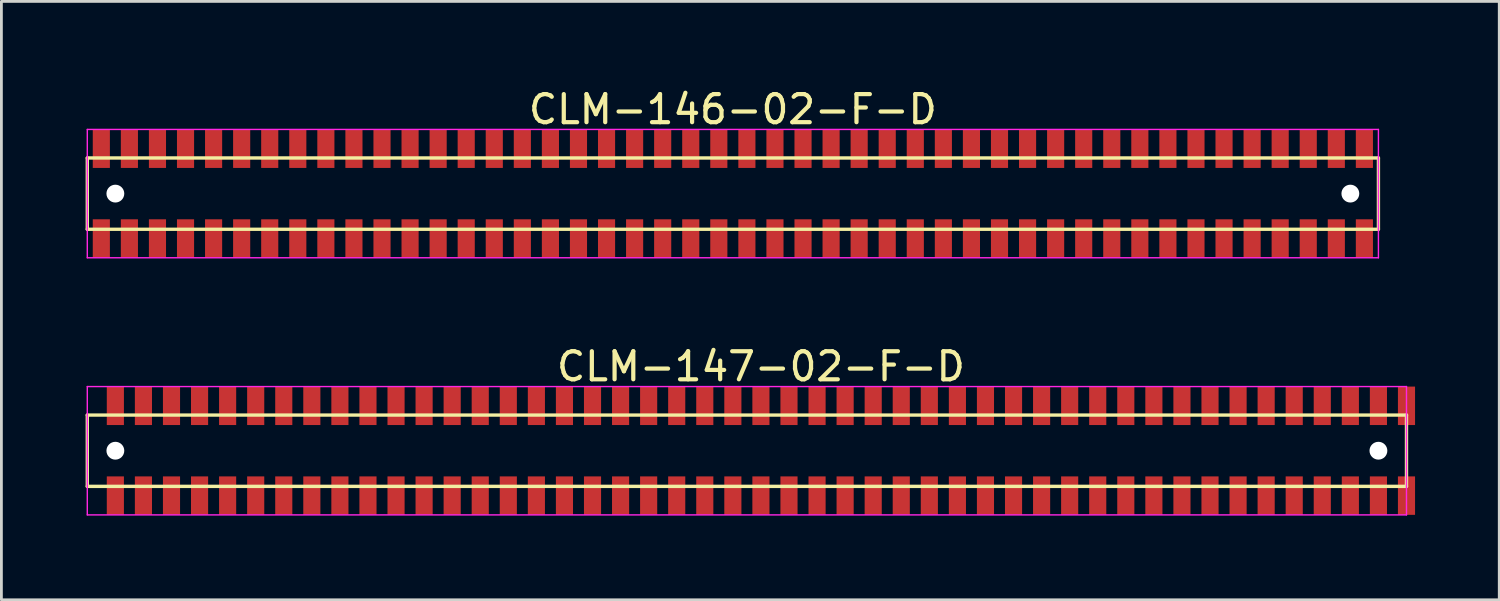
<source format=kicad_pcb>
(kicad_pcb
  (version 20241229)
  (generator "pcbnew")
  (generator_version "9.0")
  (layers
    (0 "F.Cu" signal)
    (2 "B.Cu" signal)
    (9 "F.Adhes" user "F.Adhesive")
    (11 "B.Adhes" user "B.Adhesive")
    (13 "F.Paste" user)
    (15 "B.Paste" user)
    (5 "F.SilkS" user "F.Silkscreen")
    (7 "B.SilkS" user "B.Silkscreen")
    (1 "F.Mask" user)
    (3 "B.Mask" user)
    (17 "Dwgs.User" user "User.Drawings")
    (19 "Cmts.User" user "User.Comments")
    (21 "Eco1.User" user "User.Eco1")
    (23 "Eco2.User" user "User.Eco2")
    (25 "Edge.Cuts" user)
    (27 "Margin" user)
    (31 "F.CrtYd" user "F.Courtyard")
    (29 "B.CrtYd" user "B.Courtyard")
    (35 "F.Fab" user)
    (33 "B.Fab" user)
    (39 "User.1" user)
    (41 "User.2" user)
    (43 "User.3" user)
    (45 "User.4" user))
  (footprint "CLM-147-02-F-D"
    (layer "F.Cu")
    (at 24.06 13.008)
    (property "Reference" "CLM-147-02-F-D" (at 0 -3 0) (layer "F.SilkS") (effects (font (size 1 1) (thickness 0.15))))
    (attr through_hole)
    (fp_line (start -24 -1.27) (end -24 1.27) (stroke (width 0.12) (type solid)) (layer "F.SilkS"))
    (fp_line (start -24 1.27) (end 23 1.27) (stroke (width 0.12) (type solid)) (layer "F.SilkS"))
    (fp_line (start 23 -1.27) (end -24 -1.27) (stroke (width 0.12) (type solid)) (layer "F.SilkS"))
    (fp_line (start 23 1.27) (end 23 -1.27) (stroke (width 0.12) (type solid)) (layer "F.SilkS"))
    (fp_line (start -24 -2.286) (end -24 2.286) (stroke (width 0.05) (type solid)) (layer "F.CrtYd"))
    (fp_line (start -24 2.286) (end 23 2.286) (stroke (width 0.05) (type solid)) (layer "F.CrtYd"))
    (fp_line (start 23 -2.286) (end -24 -2.286) (stroke (width 0.05) (type solid)) (layer "F.CrtYd"))
    (fp_line (start 23 2.286) (end 23 -2.286) (stroke (width 0.05) (type solid)) (layer "F.CrtYd"))
    (pad "" np_thru_hole circle (at -23 0) (size 0.635 0.635) (drill 0.635) (layers "*.Cu" "*.Mask"))
    (pad "" np_thru_hole circle (at 22 0) (size 0.635 0.635) (drill 0.635) (layers "*.Cu" "*.Mask"))
    (pad "1" smd rect (at -23 -1.6) (size 0.61 1.37) (layers "F.Cu" "F.Mask" "F.Paste"))
    (pad "2" smd rect (at -23 1.6) (size 0.61 1.37) (layers "F.Cu" "F.Mask" "F.Paste"))
    (pad "3" smd rect (at -22 -1.6) (size 0.61 1.37) (layers "F.Cu" "F.Mask" "F.Paste"))
    (pad "4" smd rect (at -22 1.6) (size 0.61 1.37) (layers "F.Cu" "F.Mask" "F.Paste"))
    (pad "5" smd rect (at -21 -1.6) (size 0.61 1.37) (layers "F.Cu" "F.Mask" "F.Paste"))
    (pad "6" smd rect (at -21 1.6) (size 0.61 1.37) (layers "F.Cu" "F.Mask" "F.Paste"))
    (pad "7" smd rect (at -20 -1.6) (size 0.61 1.37) (layers "F.Cu" "F.Mask" "F.Paste"))
    (pad "8" smd rect (at -20 1.6) (size 0.61 1.37) (layers "F.Cu" "F.Mask" "F.Paste"))
    (pad "9" smd rect (at -19 -1.6) (size 0.61 1.37) (layers "F.Cu" "F.Mask" "F.Paste"))
    (pad "10" smd rect (at -19 1.6) (size 0.61 1.37) (layers "F.Cu" "F.Mask" "F.Paste"))
    (pad "11" smd rect (at -18 -1.6) (size 0.61 1.37) (layers "F.Cu" "F.Mask" "F.Paste"))
    (pad "12" smd rect (at -18 1.6) (size 0.61 1.37) (layers "F.Cu" "F.Mask" "F.Paste"))
    (pad "13" smd rect (at -17 -1.6) (size 0.61 1.37) (layers "F.Cu" "F.Mask" "F.Paste"))
    (pad "14" smd rect (at -17 1.6) (size 0.61 1.37) (layers "F.Cu" "F.Mask" "F.Paste"))
    (pad "15" smd rect (at -16 -1.6) (size 0.61 1.37) (layers "F.Cu" "F.Mask" "F.Paste"))
    (pad "16" smd rect (at -16 1.6) (size 0.61 1.37) (layers "F.Cu" "F.Mask" "F.Paste"))
    (pad "17" smd rect (at -15 -1.6) (size 0.61 1.37) (layers "F.Cu" "F.Mask" "F.Paste"))
    (pad "18" smd rect (at -15 1.6) (size 0.61 1.37) (layers "F.Cu" "F.Mask" "F.Paste"))
    (pad "19" smd rect (at -14 -1.6) (size 0.61 1.37) (layers "F.Cu" "F.Mask" "F.Paste"))
    (pad "20" smd rect (at -14 1.6) (size 0.61 1.37) (layers "F.Cu" "F.Mask" "F.Paste"))
    (pad "21" smd rect (at -13 -1.6) (size 0.61 1.37) (layers "F.Cu" "F.Mask" "F.Paste"))
    (pad "22" smd rect (at -13 1.6) (size 0.61 1.37) (layers "F.Cu" "F.Mask" "F.Paste"))
    (pad "23" smd rect (at -12 -1.6) (size 0.61 1.37) (layers "F.Cu" "F.Mask" "F.Paste"))
    (pad "24" smd rect (at -12 1.6) (size 0.61 1.37) (layers "F.Cu" "F.Mask" "F.Paste"))
    (pad "25" smd rect (at -11 -1.6) (size 0.61 1.37) (layers "F.Cu" "F.Mask" "F.Paste"))
    (pad "26" smd rect (at -11 1.6) (size 0.61 1.37) (layers "F.Cu" "F.Mask" "F.Paste"))
    (pad "27" smd rect (at -10 -1.6) (size 0.61 1.37) (layers "F.Cu" "F.Mask" "F.Paste"))
    (pad "28" smd rect (at -10 1.6) (size 0.61 1.37) (layers "F.Cu" "F.Mask" "F.Paste"))
    (pad "29" smd rect (at -9 -1.6) (size 0.61 1.37) (layers "F.Cu" "F.Mask" "F.Paste"))
    (pad "30" smd rect (at -9 1.6) (size 0.61 1.37) (layers "F.Cu" "F.Mask" "F.Paste"))
    (pad "31" smd rect (at -8 -1.6) (size 0.61 1.37) (layers "F.Cu" "F.Mask" "F.Paste"))
    (pad "32" smd rect (at -8 1.6) (size 0.61 1.37) (layers "F.Cu" "F.Mask" "F.Paste"))
    (pad "33" smd rect (at -7 -1.6) (size 0.61 1.37) (layers "F.Cu" "F.Mask" "F.Paste"))
    (pad "34" smd rect (at -7 1.6) (size 0.61 1.37) (layers "F.Cu" "F.Mask" "F.Paste"))
    (pad "35" smd rect (at -6 -1.6) (size 0.61 1.37) (layers "F.Cu" "F.Mask" "F.Paste"))
    (pad "36" smd rect (at -6 1.6) (size 0.61 1.37) (layers "F.Cu" "F.Mask" "F.Paste"))
    (pad "37" smd rect (at -5 -1.6) (size 0.61 1.37) (layers "F.Cu" "F.Mask" "F.Paste"))
    (pad "38" smd rect (at -5 1.6) (size 0.61 1.37) (layers "F.Cu" "F.Mask" "F.Paste"))
    (pad "39" smd rect (at -4 -1.6) (size 0.61 1.37) (layers "F.Cu" "F.Mask" "F.Paste"))
    (pad "40" smd rect (at -4 1.6) (size 0.61 1.37) (layers "F.Cu" "F.Mask" "F.Paste"))
    (pad "41" smd rect (at -3 -1.6) (size 0.61 1.37) (layers "F.Cu" "F.Mask" "F.Paste"))
    (pad "42" smd rect (at -3 1.6) (size 0.61 1.37) (layers "F.Cu" "F.Mask" "F.Paste"))
    (pad "43" smd rect (at -2 -1.6) (size 0.61 1.37) (layers "F.Cu" "F.Mask" "F.Paste"))
    (pad "44" smd rect (at -2 1.6) (size 0.61 1.37) (layers "F.Cu" "F.Mask" "F.Paste"))
    (pad "45" smd rect (at -1 -1.6) (size 0.61 1.37) (layers "F.Cu" "F.Mask" "F.Paste"))
    (pad "46" smd rect (at -1 1.6) (size 0.61 1.37) (layers "F.Cu" "F.Mask" "F.Paste"))
    (pad "47" smd rect (at 0 -1.6) (size 0.61 1.37) (layers "F.Cu" "F.Mask" "F.Paste"))
    (pad "48" smd rect (at 0 1.6) (size 0.61 1.37) (layers "F.Cu" "F.Mask" "F.Paste"))
    (pad "49" smd rect (at 1 -1.6) (size 0.61 1.37) (layers "F.Cu" "F.Mask" "F.Paste"))
    (pad "50" smd rect (at 1 1.6) (size 0.61 1.37) (layers "F.Cu" "F.Mask" "F.Paste"))
    (pad "51" smd rect (at 2 -1.6) (size 0.61 1.37) (layers "F.Cu" "F.Mask" "F.Paste"))
    (pad "52" smd rect (at 2 1.6) (size 0.61 1.37) (layers "F.Cu" "F.Mask" "F.Paste"))
    (pad "53" smd rect (at 3 -1.6) (size 0.61 1.37) (layers "F.Cu" "F.Mask" "F.Paste"))
    (pad "54" smd rect (at 3 1.6) (size 0.61 1.37) (layers "F.Cu" "F.Mask" "F.Paste"))
    (pad "55" smd rect (at 4 -1.6) (size 0.61 1.37) (layers "F.Cu" "F.Mask" "F.Paste"))
    (pad "56" smd rect (at 4 1.6) (size 0.61 1.37) (layers "F.Cu" "F.Mask" "F.Paste"))
    (pad "57" smd rect (at 5 -1.6) (size 0.61 1.37) (layers "F.Cu" "F.Mask" "F.Paste"))
    (pad "58" smd rect (at 5 1.6) (size 0.61 1.37) (layers "F.Cu" "F.Mask" "F.Paste"))
    (pad "59" smd rect (at 6 -1.6) (size 0.61 1.37) (layers "F.Cu" "F.Mask" "F.Paste"))
    (pad "60" smd rect (at 6 1.6) (size 0.61 1.37) (layers "F.Cu" "F.Mask" "F.Paste"))
    (pad "61" smd rect (at 7 -1.6) (size 0.61 1.37) (layers "F.Cu" "F.Mask" "F.Paste"))
    (pad "62" smd rect (at 7 1.6) (size 0.61 1.37) (layers "F.Cu" "F.Mask" "F.Paste"))
    (pad "63" smd rect (at 8 -1.6) (size 0.61 1.37) (layers "F.Cu" "F.Mask" "F.Paste"))
    (pad "64" smd rect (at 8 1.6) (size 0.61 1.37) (layers "F.Cu" "F.Mask" "F.Paste"))
    (pad "65" smd rect (at 9 -1.6) (size 0.61 1.37) (layers "F.Cu" "F.Mask" "F.Paste"))
    (pad "66" smd rect (at 9 1.6) (size 0.61 1.37) (layers "F.Cu" "F.Mask" "F.Paste"))
    (pad "67" smd rect (at 10 -1.6) (size 0.61 1.37) (layers "F.Cu" "F.Mask" "F.Paste"))
    (pad "68" smd rect (at 10 1.6) (size 0.61 1.37) (layers "F.Cu" "F.Mask" "F.Paste"))
    (pad "69" smd rect (at 11 -1.6) (size 0.61 1.37) (layers "F.Cu" "F.Mask" "F.Paste"))
    (pad "70" smd rect (at 11 1.6) (size 0.61 1.37) (layers "F.Cu" "F.Mask" "F.Paste"))
    (pad "71" smd rect (at 12 -1.6) (size 0.61 1.37) (layers "F.Cu" "F.Mask" "F.Paste"))
    (pad "72" smd rect (at 12 1.6) (size 0.61 1.37) (layers "F.Cu" "F.Mask" "F.Paste"))
    (pad "73" smd rect (at 13 -1.6) (size 0.61 1.37) (layers "F.Cu" "F.Mask" "F.Paste"))
    (pad "74" smd rect (at 13 1.6) (size 0.61 1.37) (layers "F.Cu" "F.Mask" "F.Paste"))
    (pad "75" smd rect (at 14 -1.6) (size 0.61 1.37) (layers "F.Cu" "F.Mask" "F.Paste"))
    (pad "76" smd rect (at 14 1.6) (size 0.61 1.37) (layers "F.Cu" "F.Mask" "F.Paste"))
    (pad "77" smd rect (at 15 -1.6) (size 0.61 1.37) (layers "F.Cu" "F.Mask" "F.Paste"))
    (pad "78" smd rect (at 15 1.6) (size 0.61 1.37) (layers "F.Cu" "F.Mask" "F.Paste"))
    (pad "79" smd rect (at 16 -1.6) (size 0.61 1.37) (layers "F.Cu" "F.Mask" "F.Paste"))
    (pad "80" smd rect (at 16 1.6) (size 0.61 1.37) (layers "F.Cu" "F.Mask" "F.Paste"))
    (pad "81" smd rect (at 17 -1.6) (size 0.61 1.37) (layers "F.Cu" "F.Mask" "F.Paste"))
    (pad "82" smd rect (at 17 1.6) (size 0.61 1.37) (layers "F.Cu" "F.Mask" "F.Paste"))
    (pad "83" smd rect (at 18 -1.6) (size 0.61 1.37) (layers "F.Cu" "F.Mask" "F.Paste"))
    (pad "84" smd rect (at 18 1.6) (size 0.61 1.37) (layers "F.Cu" "F.Mask" "F.Paste"))
    (pad "85" smd rect (at 19 -1.6) (size 0.61 1.37) (layers "F.Cu" "F.Mask" "F.Paste"))
    (pad "86" smd rect (at 19 1.6) (size 0.61 1.37) (layers "F.Cu" "F.Mask" "F.Paste"))
    (pad "87" smd rect (at 20 -1.6) (size 0.61 1.37) (layers "F.Cu" "F.Mask" "F.Paste"))
    (pad "88" smd rect (at 20 1.6) (size 0.61 1.37) (layers "F.Cu" "F.Mask" "F.Paste"))
    (pad "89" smd rect (at 21 -1.6) (size 0.61 1.37) (layers "F.Cu" "F.Mask" "F.Paste"))
    (pad "90" smd rect (at 21 1.6) (size 0.61 1.37) (layers "F.Cu" "F.Mask" "F.Paste"))
    (pad "91" smd rect (at 22 -1.6) (size 0.61 1.37) (layers "F.Cu" "F.Mask" "F.Paste"))
    (pad "92" smd rect (at 22 1.6) (size 0.61 1.37) (layers "F.Cu" "F.Mask" "F.Paste"))
    (pad "93" smd rect (at 23 -1.6) (size 0.61 1.37) (layers "F.Cu" "F.Mask" "F.Paste"))
    (pad "94" smd rect (at 23 1.6) (size 0.61 1.37) (layers "F.Cu" "F.Mask" "F.Paste")))
  (footprint "CLM-146-02-F-D"
    (layer "F.Cu")
    (at 23.06 3.848)
    (property "Reference" "CLM-146-02-F-D" (at 0 -3 0) (layer "F.SilkS") (effects (font (size 1 1) (thickness 0.15))))
    (attr through_hole)
    (fp_line (start -23 -1.27) (end -23 1.27) (stroke (width 0.12) (type solid)) (layer "F.SilkS"))
    (fp_line (start -23 1.27) (end 23 1.27) (stroke (width 0.12) (type solid)) (layer "F.SilkS"))
    (fp_line (start 23 -1.27) (end -23 -1.27) (stroke (width 0.12) (type solid)) (layer "F.SilkS"))
    (fp_line (start 23 1.27) (end 23 -1.27) (stroke (width 0.12) (type solid)) (layer "F.SilkS"))
    (fp_line (start -23 -2.286) (end -23 2.286) (stroke (width 0.05) (type solid)) (layer "F.CrtYd"))
    (fp_line (start -23 2.286) (end 23 2.286) (stroke (width 0.05) (type solid)) (layer "F.CrtYd"))
    (fp_line (start 23 -2.286) (end -23 -2.286) (stroke (width 0.05) (type solid)) (layer "F.CrtYd"))
    (fp_line (start 23 2.286) (end 23 -2.286) (stroke (width 0.05) (type solid)) (layer "F.CrtYd"))
    (pad "" np_thru_hole circle (at -22 0) (size 0.635 0.635) (drill 0.635) (layers "*.Cu" "*.Mask"))
    (pad "" np_thru_hole circle (at 22 0) (size 0.635 0.635) (drill 0.635) (layers "*.Cu" "*.Mask"))
    (pad "1" smd rect (at -22.5 -1.6) (size 0.61 1.37) (layers "F.Cu" "F.Mask" "F.Paste"))
    (pad "2" smd rect (at -22.5 1.6) (size 0.61 1.37) (layers "F.Cu" "F.Mask" "F.Paste"))
    (pad "3" smd rect (at -21.5 -1.6) (size 0.61 1.37) (layers "F.Cu" "F.Mask" "F.Paste"))
    (pad "4" smd rect (at -21.5 1.6) (size 0.61 1.37) (layers "F.Cu" "F.Mask" "F.Paste"))
    (pad "5" smd rect (at -20.5 -1.6) (size 0.61 1.37) (layers "F.Cu" "F.Mask" "F.Paste"))
    (pad "6" smd rect (at -20.5 1.6) (size 0.61 1.37) (layers "F.Cu" "F.Mask" "F.Paste"))
    (pad "7" smd rect (at -19.5 -1.6) (size 0.61 1.37) (layers "F.Cu" "F.Mask" "F.Paste"))
    (pad "8" smd rect (at -19.5 1.6) (size 0.61 1.37) (layers "F.Cu" "F.Mask" "F.Paste"))
    (pad "9" smd rect (at -18.5 -1.6) (size 0.61 1.37) (layers "F.Cu" "F.Mask" "F.Paste"))
    (pad "10" smd rect (at -18.5 1.6) (size 0.61 1.37) (layers "F.Cu" "F.Mask" "F.Paste"))
    (pad "11" smd rect (at -17.5 -1.6) (size 0.61 1.37) (layers "F.Cu" "F.Mask" "F.Paste"))
    (pad "12" smd rect (at -17.5 1.6) (size 0.61 1.37) (layers "F.Cu" "F.Mask" "F.Paste"))
    (pad "13" smd rect (at -16.5 -1.6) (size 0.61 1.37) (layers "F.Cu" "F.Mask" "F.Paste"))
    (pad "14" smd rect (at -16.5 1.6) (size 0.61 1.37) (layers "F.Cu" "F.Mask" "F.Paste"))
    (pad "15" smd rect (at -15.5 -1.6) (size 0.61 1.37) (layers "F.Cu" "F.Mask" "F.Paste"))
    (pad "16" smd rect (at -15.5 1.6) (size 0.61 1.37) (layers "F.Cu" "F.Mask" "F.Paste"))
    (pad "17" smd rect (at -14.5 -1.6) (size 0.61 1.37) (layers "F.Cu" "F.Mask" "F.Paste"))
    (pad "18" smd rect (at -14.5 1.6) (size 0.61 1.37) (layers "F.Cu" "F.Mask" "F.Paste"))
    (pad "19" smd rect (at -13.5 -1.6) (size 0.61 1.37) (layers "F.Cu" "F.Mask" "F.Paste"))
    (pad "20" smd rect (at -13.5 1.6) (size 0.61 1.37) (layers "F.Cu" "F.Mask" "F.Paste"))
    (pad "21" smd rect (at -12.5 -1.6) (size 0.61 1.37) (layers "F.Cu" "F.Mask" "F.Paste"))
    (pad "22" smd rect (at -12.5 1.6) (size 0.61 1.37) (layers "F.Cu" "F.Mask" "F.Paste"))
    (pad "23" smd rect (at -11.5 -1.6) (size 0.61 1.37) (layers "F.Cu" "F.Mask" "F.Paste"))
    (pad "24" smd rect (at -11.5 1.6) (size 0.61 1.37) (layers "F.Cu" "F.Mask" "F.Paste"))
    (pad "25" smd rect (at -10.5 -1.6) (size 0.61 1.37) (layers "F.Cu" "F.Mask" "F.Paste"))
    (pad "26" smd rect (at -10.5 1.6) (size 0.61 1.37) (layers "F.Cu" "F.Mask" "F.Paste"))
    (pad "27" smd rect (at -9.5 -1.6) (size 0.61 1.37) (layers "F.Cu" "F.Mask" "F.Paste"))
    (pad "28" smd rect (at -9.5 1.6) (size 0.61 1.37) (layers "F.Cu" "F.Mask" "F.Paste"))
    (pad "29" smd rect (at -8.5 -1.6) (size 0.61 1.37) (layers "F.Cu" "F.Mask" "F.Paste"))
    (pad "30" smd rect (at -8.5 1.6) (size 0.61 1.37) (layers "F.Cu" "F.Mask" "F.Paste"))
    (pad "31" smd rect (at -7.5 -1.6) (size 0.61 1.37) (layers "F.Cu" "F.Mask" "F.Paste"))
    (pad "32" smd rect (at -7.5 1.6) (size 0.61 1.37) (layers "F.Cu" "F.Mask" "F.Paste"))
    (pad "33" smd rect (at -6.5 -1.6) (size 0.61 1.37) (layers "F.Cu" "F.Mask" "F.Paste"))
    (pad "34" smd rect (at -6.5 1.6) (size 0.61 1.37) (layers "F.Cu" "F.Mask" "F.Paste"))
    (pad "35" smd rect (at -5.5 -1.6) (size 0.61 1.37) (layers "F.Cu" "F.Mask" "F.Paste"))
    (pad "36" smd rect (at -5.5 1.6) (size 0.61 1.37) (layers "F.Cu" "F.Mask" "F.Paste"))
    (pad "37" smd rect (at -4.5 -1.6) (size 0.61 1.37) (layers "F.Cu" "F.Mask" "F.Paste"))
    (pad "38" smd rect (at -4.5 1.6) (size 0.61 1.37) (layers "F.Cu" "F.Mask" "F.Paste"))
    (pad "39" smd rect (at -3.5 -1.6) (size 0.61 1.37) (layers "F.Cu" "F.Mask" "F.Paste"))
    (pad "40" smd rect (at -3.5 1.6) (size 0.61 1.37) (layers "F.Cu" "F.Mask" "F.Paste"))
    (pad "41" smd rect (at -2.5 -1.6) (size 0.61 1.37) (layers "F.Cu" "F.Mask" "F.Paste"))
    (pad "42" smd rect (at -2.5 1.6) (size 0.61 1.37) (layers "F.Cu" "F.Mask" "F.Paste"))
    (pad "43" smd rect (at -1.5 -1.6) (size 0.61 1.37) (layers "F.Cu" "F.Mask" "F.Paste"))
    (pad "44" smd rect (at -1.5 1.6) (size 0.61 1.37) (layers "F.Cu" "F.Mask" "F.Paste"))
    (pad "45" smd rect (at -0.5 -1.6) (size 0.61 1.37) (layers "F.Cu" "F.Mask" "F.Paste"))
    (pad "46" smd rect (at -0.5 1.6) (size 0.61 1.37) (layers "F.Cu" "F.Mask" "F.Paste"))
    (pad "47" smd rect (at 0.5 -1.6) (size 0.61 1.37) (layers "F.Cu" "F.Mask" "F.Paste"))
    (pad "48" smd rect (at 0.5 1.6) (size 0.61 1.37) (layers "F.Cu" "F.Mask" "F.Paste"))
    (pad "49" smd rect (at 1.5 -1.6) (size 0.61 1.37) (layers "F.Cu" "F.Mask" "F.Paste"))
    (pad "50" smd rect (at 1.5 1.6) (size 0.61 1.37) (layers "F.Cu" "F.Mask" "F.Paste"))
    (pad "51" smd rect (at 2.5 -1.6) (size 0.61 1.37) (layers "F.Cu" "F.Mask" "F.Paste"))
    (pad "52" smd rect (at 2.5 1.6) (size 0.61 1.37) (layers "F.Cu" "F.Mask" "F.Paste"))
    (pad "53" smd rect (at 3.5 -1.6) (size 0.61 1.37) (layers "F.Cu" "F.Mask" "F.Paste"))
    (pad "54" smd rect (at 3.5 1.6) (size 0.61 1.37) (layers "F.Cu" "F.Mask" "F.Paste"))
    (pad "55" smd rect (at 4.5 -1.6) (size 0.61 1.37) (layers "F.Cu" "F.Mask" "F.Paste"))
    (pad "56" smd rect (at 4.5 1.6) (size 0.61 1.37) (layers "F.Cu" "F.Mask" "F.Paste"))
    (pad "57" smd rect (at 5.5 -1.6) (size 0.61 1.37) (layers "F.Cu" "F.Mask" "F.Paste"))
    (pad "58" smd rect (at 5.5 1.6) (size 0.61 1.37) (layers "F.Cu" "F.Mask" "F.Paste"))
    (pad "59" smd rect (at 6.5 -1.6) (size 0.61 1.37) (layers "F.Cu" "F.Mask" "F.Paste"))
    (pad "60" smd rect (at 6.5 1.6) (size 0.61 1.37) (layers "F.Cu" "F.Mask" "F.Paste"))
    (pad "61" smd rect (at 7.5 -1.6) (size 0.61 1.37) (layers "F.Cu" "F.Mask" "F.Paste"))
    (pad "62" smd rect (at 7.5 1.6) (size 0.61 1.37) (layers "F.Cu" "F.Mask" "F.Paste"))
    (pad "63" smd rect (at 8.5 -1.6) (size 0.61 1.37) (layers "F.Cu" "F.Mask" "F.Paste"))
    (pad "64" smd rect (at 8.5 1.6) (size 0.61 1.37) (layers "F.Cu" "F.Mask" "F.Paste"))
    (pad "65" smd rect (at 9.5 -1.6) (size 0.61 1.37) (layers "F.Cu" "F.Mask" "F.Paste"))
    (pad "66" smd rect (at 9.5 1.6) (size 0.61 1.37) (layers "F.Cu" "F.Mask" "F.Paste"))
    (pad "67" smd rect (at 10.5 -1.6) (size 0.61 1.37) (layers "F.Cu" "F.Mask" "F.Paste"))
    (pad "68" smd rect (at 10.5 1.6) (size 0.61 1.37) (layers "F.Cu" "F.Mask" "F.Paste"))
    (pad "69" smd rect (at 11.5 -1.6) (size 0.61 1.37) (layers "F.Cu" "F.Mask" "F.Paste"))
    (pad "70" smd rect (at 11.5 1.6) (size 0.61 1.37) (layers "F.Cu" "F.Mask" "F.Paste"))
    (pad "71" smd rect (at 12.5 -1.6) (size 0.61 1.37) (layers "F.Cu" "F.Mask" "F.Paste"))
    (pad "72" smd rect (at 12.5 1.6) (size 0.61 1.37) (layers "F.Cu" "F.Mask" "F.Paste"))
    (pad "73" smd rect (at 13.5 -1.6) (size 0.61 1.37) (layers "F.Cu" "F.Mask" "F.Paste"))
    (pad "74" smd rect (at 13.5 1.6) (size 0.61 1.37) (layers "F.Cu" "F.Mask" "F.Paste"))
    (pad "75" smd rect (at 14.5 -1.6) (size 0.61 1.37) (layers "F.Cu" "F.Mask" "F.Paste"))
    (pad "76" smd rect (at 14.5 1.6) (size 0.61 1.37) (layers "F.Cu" "F.Mask" "F.Paste"))
    (pad "77" smd rect (at 15.5 -1.6) (size 0.61 1.37) (layers "F.Cu" "F.Mask" "F.Paste"))
    (pad "78" smd rect (at 15.5 1.6) (size 0.61 1.37) (layers "F.Cu" "F.Mask" "F.Paste"))
    (pad "79" smd rect (at 16.5 -1.6) (size 0.61 1.37) (layers "F.Cu" "F.Mask" "F.Paste"))
    (pad "80" smd rect (at 16.5 1.6) (size 0.61 1.37) (layers "F.Cu" "F.Mask" "F.Paste"))
    (pad "81" smd rect (at 17.5 -1.6) (size 0.61 1.37) (layers "F.Cu" "F.Mask" "F.Paste"))
    (pad "82" smd rect (at 17.5 1.6) (size 0.61 1.37) (layers "F.Cu" "F.Mask" "F.Paste"))
    (pad "83" smd rect (at 18.5 -1.6) (size 0.61 1.37) (layers "F.Cu" "F.Mask" "F.Paste"))
    (pad "84" smd rect (at 18.5 1.6) (size 0.61 1.37) (layers "F.Cu" "F.Mask" "F.Paste"))
    (pad "85" smd rect (at 19.5 -1.6) (size 0.61 1.37) (layers "F.Cu" "F.Mask" "F.Paste"))
    (pad "86" smd rect (at 19.5 1.6) (size 0.61 1.37) (layers "F.Cu" "F.Mask" "F.Paste"))
    (pad "87" smd rect (at 20.5 -1.6) (size 0.61 1.37) (layers "F.Cu" "F.Mask" "F.Paste"))
    (pad "88" smd rect (at 20.5 1.6) (size 0.61 1.37) (layers "F.Cu" "F.Mask" "F.Paste"))
    (pad "89" smd rect (at 21.5 -1.6) (size 0.61 1.37) (layers "F.Cu" "F.Mask" "F.Paste"))
    (pad "90" smd rect (at 21.5 1.6) (size 0.61 1.37) (layers "F.Cu" "F.Mask" "F.Paste"))
    (pad "91" smd rect (at 22.5 -1.6) (size 0.61 1.37) (layers "F.Cu" "F.Mask" "F.Paste"))
    (pad "92" smd rect (at 22.5 1.6) (size 0.61 1.37) (layers "F.Cu" "F.Mask" "F.Paste")))
  (gr_rect
    (start -3 -3)
    (end 50.365 18.319)
    (stroke (width 0.1) (type default))
    (fill no)
    (layer "Edge.Cuts")))
</source>
